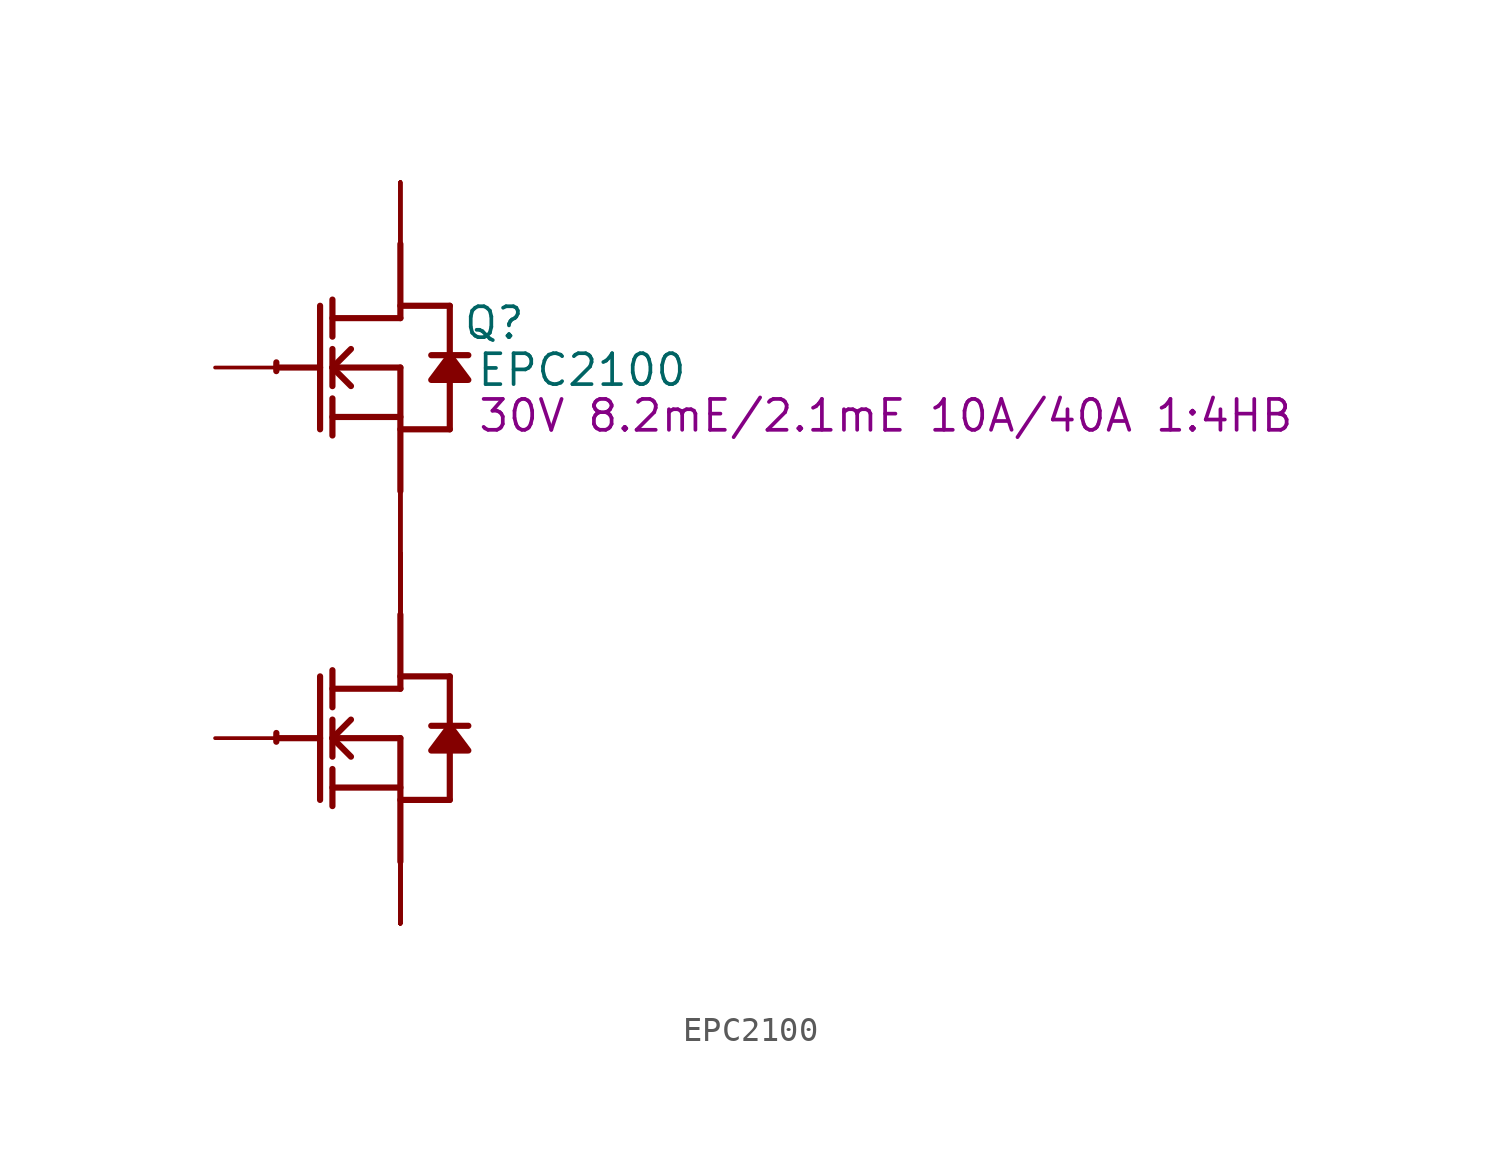
<source format=kicad_sym>
(kicad_symbol_lib
  (version 20220914)
  (generator kicad_symbol_editor)
  (symbol "EPC2100"
    (property "Reference" "Q"
      (at 3.861 1.829 0)
      (effects (font (size 1.27 1.27))))
    (property "Value" "EPC2100"
      (at 7.468 -0.102 0)
      (effects (font (size 1.27 1.27))))
    (property "Description" "30V 8.2mE/2.1mE 10A/40A 1:4HB"
      (at 19.964 -1.981 0)
      (effects (font (size 1.27 1.27))))
    (symbol "EPC2100_1_0"
      (arc (start -5.0996 -15.0272) (mid -5.1039 -15.2069) (end -5.1019 -15.3867) (stroke (width 0.254) (type solid)) (fill (type none)))
      (arc (start -5.0996 0.2128) (mid -5.1039 0.0331) (end -5.1019 -0.1467) (stroke (width 0.254) (type solid)) (fill (type none)))
      (polyline (pts (xy -5.08 -15.24) (xy -3.302 -15.24)) (stroke (width 0.254) (type solid)) (fill (type none)))
      (polyline (pts (xy -5.08 0) (xy -3.302 0)) (stroke (width 0.254) (type solid)) (fill (type none)))
      (polyline (pts (xy -3.302 -12.7) (xy -3.302 -17.78)) (stroke (width 0.254) (type solid)) (fill (type none)))
      (polyline (pts (xy -3.302 2.54) (xy -3.302 -2.54)) (stroke (width 0.254) (type solid)) (fill (type none)))
      (polyline (pts (xy -2.794 -18.034) (xy -2.794 -16.51)) (stroke (width 0.254) (type solid)) (fill (type none)))
      (polyline (pts (xy -2.794 -17.272) (xy 0 -17.272)) (stroke (width 0.254) (type solid)) (fill (type none)))
      (polyline (pts (xy -2.794 -16.002) (xy -2.794 -14.478)) (stroke (width 0.254) (type solid)) (fill (type none)))
      (polyline (pts (xy -2.794 -15.24) (xy -2.032 -14.478)) (stroke (width 0.254) (type solid)) (fill (type none)))
      (polyline (pts (xy -2.794 -15.24) (xy 0 -15.24)) (stroke (width 0.254) (type solid)) (fill (type none)))
      (polyline (pts (xy -2.794 -13.97) (xy -2.794 -12.446)) (stroke (width 0.254) (type solid)) (fill (type none)))
      (polyline (pts (xy -2.794 -2.794) (xy -2.794 -1.27)) (stroke (width 0.254) (type solid)) (fill (type none)))
      (polyline (pts (xy -2.794 -2.032) (xy 0 -2.032)) (stroke (width 0.254) (type solid)) (fill (type none)))
      (polyline (pts (xy -2.794 -0.762) (xy -2.794 0.762)) (stroke (width 0.254) (type solid)) (fill (type none)))
      (polyline (pts (xy -2.794 0) (xy -2.032 0.762)) (stroke (width 0.254) (type solid)) (fill (type none)))
      (polyline (pts (xy -2.794 0) (xy 0 0)) (stroke (width 0.254) (type solid)) (fill (type none)))
      (polyline (pts (xy -2.794 1.27) (xy -2.794 2.794)) (stroke (width 0.254) (type solid)) (fill (type none)))
      (polyline (pts (xy -2.032 -16.002) (xy -2.794 -15.24)) (stroke (width 0.254) (type solid)) (fill (type none)))
      (polyline (pts (xy -2.032 -0.762) (xy -2.794 0)) (stroke (width 0.254) (type solid)) (fill (type none)))
      (polyline (pts (xy 0 -17.78) (xy 2.032 -17.78)) (stroke (width 0.254) (type solid)) (fill (type none)))
      (polyline (pts (xy 0 -15.24) (xy 0 -20.32)) (stroke (width 0.254) (type solid)) (fill (type none)))
      (polyline (pts (xy 0 -13.208) (xy -2.794 -13.208)) (stroke (width 0.254) (type solid)) (fill (type none)))
      (polyline (pts (xy 0 -13.208) (xy 0 -10.16)) (stroke (width 0.254) (type solid)) (fill (type none)))
      (polyline (pts (xy 0 -12.7) (xy 2.032 -12.7)) (stroke (width 0.254) (type solid)) (fill (type none)))
      (polyline (pts (xy 0 -2.54) (xy 2.032 -2.54)) (stroke (width 0.254) (type solid)) (fill (type none)))
      (polyline (pts (xy 0 0) (xy 0 -5.08)) (stroke (width 0.254) (type solid)) (fill (type none)))
      (polyline (pts (xy 0 2.032) (xy -2.794 2.032)) (stroke (width 0.254) (type solid)) (fill (type none)))
      (polyline (pts (xy 0 2.032) (xy 0 5.08)) (stroke (width 0.254) (type solid)) (fill (type none)))
      (polyline (pts (xy 0 2.54) (xy 2.032 2.54)) (stroke (width 0.254) (type solid)) (fill (type none)))
      (polyline (pts (xy 2.032 -15.748) (xy 2.032 -17.78)) (stroke (width 0.254) (type solid)) (fill (type none)))
      (polyline (pts (xy 2.032 -12.7) (xy 2.032 -14.732)) (stroke (width 0.254) (type solid)) (fill (type none)))
      (polyline (pts (xy 2.032 -0.508) (xy 2.032 -2.54)) (stroke (width 0.254) (type solid)) (fill (type none)))
      (polyline (pts (xy 2.032 2.54) (xy 2.032 0.508)) (stroke (width 0.254) (type solid)) (fill (type none)))
      (polyline (pts (xy 2.794 -14.732) (xy 1.27 -14.732)) (stroke (width 0.254) (type solid)) (fill (type none)))
      (polyline (pts (xy 2.794 0.508) (xy 1.27 0.508)) (stroke (width 0.254) (type solid)) (fill (type none)))
      (polyline (pts (xy 2.032 -14.732) (xy 1.27 -15.748) (xy 2.794 -15.748) (xy 2.032 -14.732)) (stroke (width 0.254) (type solid)) (fill (type outline)))
      (polyline (pts (xy 2.032 0.508) (xy 1.27 -0.508) (xy 2.794 -0.508) (xy 2.032 0.508)) (stroke (width 0.254) (type solid)) (fill (type outline)))
      (pin open_collector line (at 0 7.62 270) (length 2.54) (name "D1" (effects (font (size 0 0)))) (number "1" (effects (font (size 0 0)))))
      (pin open_collector line (at 0 -7.62 270) (length 2.54) (name "D2" (effects (font (size 0 0)))) (number "10" (effects (font (size 0 0)))))
      (pin open_collector line (at 0 7.62 270) (length 2.54) (name "D1" (effects (font (size 0 0)))) (number "11" (effects (font (size 0 0)))))
      (pin open_emitter line (at 0 -22.86 90) (length 2.54) (name "S2" (effects (font (size 0 0)))) (number "12" (effects (font (size 0 0)))))
      (pin open_emitter line (at 0 -22.86 90) (length 2.54) (name "S2" (effects (font (size 0 0)))) (number "13" (effects (font (size 0 0)))))
      (pin open_emitter line (at 0 -22.86 90) (length 2.54) (name "S2" (effects (font (size 0 0)))) (number "14" (effects (font (size 0 0)))))
      (pin open_emitter line (at 0 -22.86 90) (length 2.54) (name "S2" (effects (font (size 0 0)))) (number "15" (effects (font (size 0 0)))))
      (pin open_emitter line (at 0 -7.62 90) (length 2.54) (name "S1" (effects (font (size 0 0)))) (number "16" (effects (font (size 0 0)))))
      (pin open_collector line (at 0 -7.62 270) (length 2.54) (name "D2" (effects (font (size 0 0)))) (number "17" (effects (font (size 0 0)))))
      (pin open_collector line (at 0 -7.62 270) (length 2.54) (name "D2" (effects (font (size 0 0)))) (number "18" (effects (font (size 0 0)))))
      (pin open_collector line (at 0 -7.62 270) (length 2.54) (name "D2" (effects (font (size 0 0)))) (number "19" (effects (font (size 0 0)))))
      (pin passive line (at -7.62 0 0) (length 2.54) (name "G1" (effects (font (size 0 0)))) (number "2" (effects (font (size 0 0)))))
      (pin open_collector line (at 0 -7.62 270) (length 2.54) (name "D2" (effects (font (size 0 0)))) (number "20" (effects (font (size 0 0)))))
      (pin open_collector line (at 0 7.62 270) (length 2.54) (name "D1" (effects (font (size 0 0)))) (number "21" (effects (font (size 0 0)))))
      (pin open_emitter line (at 0 -22.86 90) (length 2.54) (name "S2" (effects (font (size 0 0)))) (number "22" (effects (font (size 0 0)))))
      (pin open_emitter line (at 0 -22.86 90) (length 2.54) (name "S2" (effects (font (size 0 0)))) (number "23" (effects (font (size 0 0)))))
      (pin open_emitter line (at 0 -22.86 90) (length 2.54) (name "S2" (effects (font (size 0 0)))) (number "24" (effects (font (size 0 0)))))
      (pin open_emitter line (at 0 -22.86 90) (length 2.54) (name "S2" (effects (font (size 0 0)))) (number "25" (effects (font (size 0 0)))))
      (pin open_emitter line (at 0 -7.62 90) (length 2.54) (name "S1" (effects (font (size 0 0)))) (number "26" (effects (font (size 0 0)))))
      (pin open_collector line (at 0 -7.62 270) (length 2.54) (name "D2" (effects (font (size 0 0)))) (number "27" (effects (font (size 0 0)))))
      (pin open_collector line (at 0 -7.62 270) (length 2.54) (name "D2" (effects (font (size 0 0)))) (number "28" (effects (font (size 0 0)))))
      (pin open_collector line (at 0 -7.62 270) (length 2.54) (name "D2" (effects (font (size 0 0)))) (number "29" (effects (font (size 0 0)))))
      (pin passive line (at 0 -7.62 90) (length 2.54) (name "SG1" (effects (font (size 0 0)))) (number "3" (effects (font (size 0 0)))))
      (pin open_collector line (at 0 -7.62 270) (length 2.54) (name "D2" (effects (font (size 0 0)))) (number "30" (effects (font (size 0 0)))))
      (pin open_collector line (at 0 7.62 270) (length 2.54) (name "D1" (effects (font (size 0 0)))) (number "31" (effects (font (size 0 0)))))
      (pin open_emitter line (at 0 -22.86 90) (length 2.54) (name "S2" (effects (font (size 0 0)))) (number "32" (effects (font (size 0 0)))))
      (pin open_emitter line (at 0 -22.86 90) (length 2.54) (name "S2" (effects (font (size 0 0)))) (number "33" (effects (font (size 0 0)))))
      (pin open_emitter line (at 0 -22.86 90) (length 2.54) (name "S2" (effects (font (size 0 0)))) (number "34" (effects (font (size 0 0)))))
      (pin open_emitter line (at 0 -22.86 90) (length 2.54) (name "S2" (effects (font (size 0 0)))) (number "35" (effects (font (size 0 0)))))
      (pin open_emitter line (at 0 -7.62 90) (length 2.54) (name "S1" (effects (font (size 0 0)))) (number "36" (effects (font (size 0 0)))))
      (pin open_collector line (at 0 -7.62 270) (length 2.54) (name "D2" (effects (font (size 0 0)))) (number "37" (effects (font (size 0 0)))))
      (pin open_collector line (at 0 -7.62 270) (length 2.54) (name "D2" (effects (font (size 0 0)))) (number "38" (effects (font (size 0 0)))))
      (pin open_collector line (at 0 -7.62 270) (length 2.54) (name "D2" (effects (font (size 0 0)))) (number "39" (effects (font (size 0 0)))))
      (pin passive line (at -7.62 -15.24 0) (length 2.54) (name "G2" (effects (font (size 0 0)))) (number "4" (effects (font (size 0 0)))))
      (pin open_collector line (at 0 -7.62 270) (length 2.54) (name "D2" (effects (font (size 0 0)))) (number "40" (effects (font (size 0 0)))))
      (pin open_collector line (at 0 7.62 270) (length 2.54) (name "D1" (effects (font (size 0 0)))) (number "41" (effects (font (size 0 0)))))
      (pin open_emitter line (at 0 -22.86 90) (length 2.54) (name "S2" (effects (font (size 0 0)))) (number "42" (effects (font (size 0 0)))))
      (pin open_emitter line (at 0 -22.86 90) (length 2.54) (name "S2" (effects (font (size 0 0)))) (number "43" (effects (font (size 0 0)))))
      (pin open_emitter line (at 0 -22.86 90) (length 2.54) (name "S2" (effects (font (size 0 0)))) (number "44" (effects (font (size 0 0)))))
      (pin open_emitter line (at 0 -22.86 90) (length 2.54) (name "S2" (effects (font (size 0 0)))) (number "45" (effects (font (size 0 0)))))
      (pin open_emitter line (at 0 -7.62 90) (length 2.54) (name "S1" (effects (font (size 0 0)))) (number "46" (effects (font (size 0 0)))))
      (pin open_collector line (at 0 -7.62 270) (length 2.54) (name "D2" (effects (font (size 0 0)))) (number "47" (effects (font (size 0 0)))))
      (pin open_collector line (at 0 -7.62 270) (length 2.54) (name "D2" (effects (font (size 0 0)))) (number "48" (effects (font (size 0 0)))))
      (pin open_collector line (at 0 -7.62 270) (length 2.54) (name "D2" (effects (font (size 0 0)))) (number "49" (effects (font (size 0 0)))))
      (pin open_emitter line (at 0 -22.86 90) (length 2.54) (name "S2" (effects (font (size 0 0)))) (number "5" (effects (font (size 0 0)))))
      (pin open_collector line (at 0 -7.62 270) (length 2.54) (name "D2" (effects (font (size 0 0)))) (number "50" (effects (font (size 0 0)))))
      (pin open_collector line (at 0 7.62 270) (length 2.54) (name "D1" (effects (font (size 0 0)))) (number "51" (effects (font (size 0 0)))))
      (pin open_emitter line (at 0 -22.86 90) (length 2.54) (name "S2" (effects (font (size 0 0)))) (number "52" (effects (font (size 0 0)))))
      (pin open_emitter line (at 0 -22.86 90) (length 2.54) (name "S2" (effects (font (size 0 0)))) (number "53" (effects (font (size 0 0)))))
      (pin open_emitter line (at 0 -22.86 90) (length 2.54) (name "S2" (effects (font (size 0 0)))) (number "54" (effects (font (size 0 0)))))
      (pin open_emitter line (at 0 -22.86 90) (length 2.54) (name "S2" (effects (font (size 0 0)))) (number "55" (effects (font (size 0 0)))))
      (pin open_emitter line (at 0 -7.62 90) (length 2.54) (name "S1" (effects (font (size 0 0)))) (number "56" (effects (font (size 0 0)))))
      (pin open_collector line (at 0 -7.62 270) (length 2.54) (name "D2" (effects (font (size 0 0)))) (number "57" (effects (font (size 0 0)))))
      (pin open_collector line (at 0 -7.62 270) (length 2.54) (name "D2" (effects (font (size 0 0)))) (number "58" (effects (font (size 0 0)))))
      (pin open_collector line (at 0 -7.62 270) (length 2.54) (name "D2" (effects (font (size 0 0)))) (number "59" (effects (font (size 0 0)))))
      (pin open_emitter line (at 0 -7.62 90) (length 2.54) (name "S1" (effects (font (size 0 0)))) (number "6" (effects (font (size 0 0)))))
      (pin open_collector line (at 0 -7.62 270) (length 2.54) (name "D2" (effects (font (size 0 0)))) (number "60" (effects (font (size 0 0)))))
      (pin open_collector line (at 0 7.62 270) (length 2.54) (name "D1" (effects (font (size 0 0)))) (number "61" (effects (font (size 0 0)))))
      (pin open_emitter line (at 0 -22.86 90) (length 2.54) (name "S2" (effects (font (size 0 0)))) (number "62" (effects (font (size 0 0)))))
      (pin open_emitter line (at 0 -22.86 90) (length 2.54) (name "S2" (effects (font (size 0 0)))) (number "63" (effects (font (size 0 0)))))
      (pin open_emitter line (at 0 -22.86 90) (length 2.54) (name "S2" (effects (font (size 0 0)))) (number "64" (effects (font (size 0 0)))))
      (pin open_emitter line (at 0 -22.86 90) (length 2.54) (name "S2" (effects (font (size 0 0)))) (number "65" (effects (font (size 0 0)))))
      (pin open_emitter line (at 0 -7.62 90) (length 2.54) (name "S1" (effects (font (size 0 0)))) (number "66" (effects (font (size 0 0)))))
      (pin open_collector line (at 0 -7.62 270) (length 2.54) (name "D2" (effects (font (size 0 0)))) (number "67" (effects (font (size 0 0)))))
      (pin open_collector line (at 0 -7.62 270) (length 2.54) (name "D2" (effects (font (size 0 0)))) (number "68" (effects (font (size 0 0)))))
      (pin open_collector line (at 0 -7.62 270) (length 2.54) (name "D2" (effects (font (size 0 0)))) (number "69" (effects (font (size 0 0)))))
      (pin open_collector line (at 0 -7.62 270) (length 2.54) (name "D2" (effects (font (size 0 0)))) (number "7" (effects (font (size 0 0)))))
      (pin open_collector line (at 0 -7.62 270) (length 2.54) (name "D2" (effects (font (size 0 0)))) (number "70" (effects (font (size 0 0)))))
      (pin open_collector line (at 0 7.62 270) (length 2.54) (name "D1" (effects (font (size 0 0)))) (number "71" (effects (font (size 0 0)))))
      (pin open_emitter line (at 0 -22.86 90) (length 2.54) (name "S2" (effects (font (size 0 0)))) (number "72" (effects (font (size 0 0)))))
      (pin open_emitter line (at 0 -22.86 90) (length 2.54) (name "S2" (effects (font (size 0 0)))) (number "73" (effects (font (size 0 0)))))
      (pin open_emitter line (at 0 -22.86 90) (length 2.54) (name "S2" (effects (font (size 0 0)))) (number "74" (effects (font (size 0 0)))))
      (pin open_emitter line (at 0 -22.86 90) (length 2.54) (name "S2" (effects (font (size 0 0)))) (number "75" (effects (font (size 0 0)))))
      (pin open_collector line (at 0 -7.62 270) (length 2.54) (name "D2" (effects (font (size 0 0)))) (number "8" (effects (font (size 0 0)))))
      (pin open_collector line (at 0 -7.62 270) (length 2.54) (name "D2" (effects (font (size 0 0)))) (number "9" (effects (font (size 0 0))))))))
</source>
